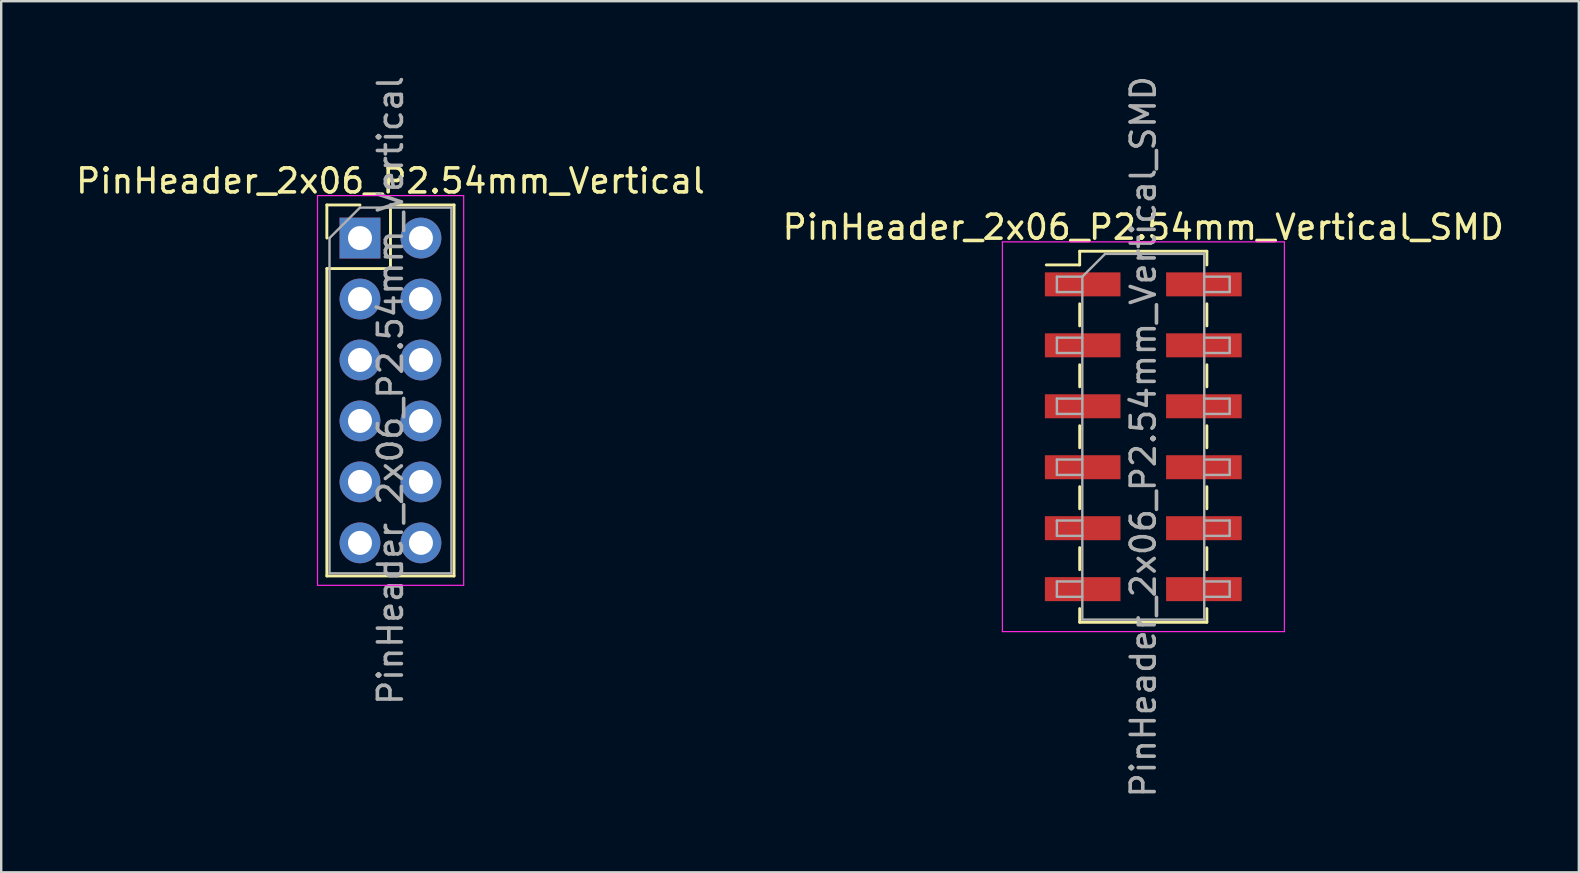
<source format=kicad_pcb>
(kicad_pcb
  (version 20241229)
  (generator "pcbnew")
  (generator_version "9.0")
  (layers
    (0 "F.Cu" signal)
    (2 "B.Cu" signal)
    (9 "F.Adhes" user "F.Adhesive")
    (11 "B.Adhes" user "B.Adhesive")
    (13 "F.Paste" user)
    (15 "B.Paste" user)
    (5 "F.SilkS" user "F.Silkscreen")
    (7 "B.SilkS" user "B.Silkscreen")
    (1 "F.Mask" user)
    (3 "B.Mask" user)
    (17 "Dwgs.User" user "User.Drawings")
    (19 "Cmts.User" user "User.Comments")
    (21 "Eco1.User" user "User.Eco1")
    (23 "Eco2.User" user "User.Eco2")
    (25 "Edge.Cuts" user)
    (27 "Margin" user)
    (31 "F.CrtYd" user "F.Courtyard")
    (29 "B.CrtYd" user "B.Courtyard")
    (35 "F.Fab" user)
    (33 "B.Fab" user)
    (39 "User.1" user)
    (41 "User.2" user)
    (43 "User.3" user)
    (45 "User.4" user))
  (footprint "PinHeader_2x06_P2.54mm_Vertical"
    (layer "F.Cu")
    (at 11.95 6.87)
    (property "Reference" "PinHeader_2x06_P2.54mm_Vertical" (at 1.27 -2.38 0) (layer "F.SilkS") (effects (font (size 1 1) (thickness 0.15))))
    (attr through_hole)
    (fp_line (start -1.38 -1.38) (end 0 -1.38) (stroke (width 0.12) (type solid)) (layer "F.SilkS"))
    (fp_line (start -1.38 0) (end -1.38 -1.38) (stroke (width 0.12) (type solid)) (layer "F.SilkS"))
    (fp_line (start -1.38 1.27) (end -1.38 14.08) (stroke (width 0.12) (type solid)) (layer "F.SilkS"))
    (fp_line (start -1.38 1.27) (end 1.27 1.27) (stroke (width 0.12) (type solid)) (layer "F.SilkS"))
    (fp_line (start -1.38 14.08) (end 3.92 14.08) (stroke (width 0.12) (type solid)) (layer "F.SilkS"))
    (fp_line (start 1.27 -1.38) (end 3.92 -1.38) (stroke (width 0.12) (type solid)) (layer "F.SilkS"))
    (fp_line (start 1.27 1.27) (end 1.27 -1.38) (stroke (width 0.12) (type solid)) (layer "F.SilkS"))
    (fp_line (start 3.92 -1.38) (end 3.92 14.08) (stroke (width 0.12) (type solid)) (layer "F.SilkS"))
    (fp_line (start -1.77 -1.77) (end -1.77 14.47) (stroke (width 0.05) (type solid)) (layer "F.CrtYd"))
    (fp_line (start -1.77 14.47) (end 4.32 14.47) (stroke (width 0.05) (type solid)) (layer "F.CrtYd"))
    (fp_line (start 4.32 -1.77) (end -1.77 -1.77) (stroke (width 0.05) (type solid)) (layer "F.CrtYd"))
    (fp_line (start 4.32 14.47) (end 4.32 -1.77) (stroke (width 0.05) (type solid)) (layer "F.CrtYd"))
    (fp_line (start -1.27 0) (end 0 -1.27) (stroke (width 0.1) (type solid)) (layer "F.Fab"))
    (fp_line (start -1.27 13.97) (end -1.27 0) (stroke (width 0.1) (type solid)) (layer "F.Fab"))
    (fp_line (start 0 -1.27) (end 3.81 -1.27) (stroke (width 0.1) (type solid)) (layer "F.Fab"))
    (fp_line (start 3.81 -1.27) (end 3.81 13.97) (stroke (width 0.1) (type solid)) (layer "F.Fab"))
    (fp_line (start 3.81 13.97) (end -1.27 13.97) (stroke (width 0.1) (type solid)) (layer "F.Fab"))
    (fp_text user "${REFERENCE}" (at 1.27 6.35 90) (layer "F.Fab") (effects (font (size 1 1) (thickness 0.15))))
    (pad "1" thru_hole rect (at 0 0) (size 1.7 1.7) (drill 1) (layers "*.Cu" "*.Mask"))
    (pad "2" thru_hole circle (at 2.54 0) (size 1.7 1.7) (drill 1) (layers "*.Cu" "*.Mask"))
    (pad "3" thru_hole circle (at 0 2.54) (size 1.7 1.7) (drill 1) (layers "*.Cu" "*.Mask"))
    (pad "4" thru_hole circle (at 2.54 2.54) (size 1.7 1.7) (drill 1) (layers "*.Cu" "*.Mask"))
    (pad "5" thru_hole circle (at 0 5.08) (size 1.7 1.7) (drill 1) (layers "*.Cu" "*.Mask"))
    (pad "6" thru_hole circle (at 2.54 5.08) (size 1.7 1.7) (drill 1) (layers "*.Cu" "*.Mask"))
    (pad "7" thru_hole circle (at 0 7.62) (size 1.7 1.7) (drill 1) (layers "*.Cu" "*.Mask"))
    (pad "8" thru_hole circle (at 2.54 7.62) (size 1.7 1.7) (drill 1) (layers "*.Cu" "*.Mask"))
    (pad "9" thru_hole circle (at 0 10.16) (size 1.7 1.7) (drill 1) (layers "*.Cu" "*.Mask"))
    (pad "10" thru_hole circle (at 2.54 10.16) (size 1.7 1.7) (drill 1) (layers "*.Cu" "*.Mask"))
    (pad "11" thru_hole circle (at 0 12.7) (size 1.7 1.7) (drill 1) (layers "*.Cu" "*.Mask"))
    (pad "12" thru_hole circle (at 2.54 12.7) (size 1.7 1.7) (drill 1) (layers "*.Cu" "*.Mask")))
  (footprint "PinHeader_2x06_P2.54mm_Vertical_SMD"
    (layer "F.Cu")
    (at 44.589 15.149)
    (property "Reference" "PinHeader_2x06_P2.54mm_Vertical_SMD" (at 0 -8.73 0) (layer "F.SilkS") (effects (font (size 1 1) (thickness 0.15))))
    (attr smd)
    (fp_line (start -4.04 -7.16) (end -2.65 -7.16) (stroke (width 0.12) (type solid)) (layer "F.SilkS"))
    (fp_line (start -2.65 -7.73) (end -2.65 -7.16) (stroke (width 0.12) (type solid)) (layer "F.SilkS"))
    (fp_line (start -2.65 -7.73) (end 2.65 -7.73) (stroke (width 0.12) (type solid)) (layer "F.SilkS"))
    (fp_line (start -2.65 -5.54) (end -2.65 -4.62) (stroke (width 0.12) (type solid)) (layer "F.SilkS"))
    (fp_line (start -2.65 -3) (end -2.65 -2.08) (stroke (width 0.12) (type solid)) (layer "F.SilkS"))
    (fp_line (start -2.65 -0.46) (end -2.65 0.46) (stroke (width 0.12) (type solid)) (layer "F.SilkS"))
    (fp_line (start -2.65 2.08) (end -2.65 3) (stroke (width 0.12) (type solid)) (layer "F.SilkS"))
    (fp_line (start -2.65 4.62) (end -2.65 5.54) (stroke (width 0.12) (type solid)) (layer "F.SilkS"))
    (fp_line (start -2.65 7.16) (end -2.65 7.73) (stroke (width 0.12) (type solid)) (layer "F.SilkS"))
    (fp_line (start -2.65 7.73) (end 2.65 7.73) (stroke (width 0.12) (type solid)) (layer "F.SilkS"))
    (fp_line (start 2.65 -7.73) (end 2.65 -7.16) (stroke (width 0.12) (type solid)) (layer "F.SilkS"))
    (fp_line (start 2.65 -5.54) (end 2.65 -4.62) (stroke (width 0.12) (type solid)) (layer "F.SilkS"))
    (fp_line (start 2.65 -3) (end 2.65 -2.08) (stroke (width 0.12) (type solid)) (layer "F.SilkS"))
    (fp_line (start 2.65 -0.46) (end 2.65 0.46) (stroke (width 0.12) (type solid)) (layer "F.SilkS"))
    (fp_line (start 2.65 2.08) (end 2.65 3) (stroke (width 0.12) (type solid)) (layer "F.SilkS"))
    (fp_line (start 2.65 4.62) (end 2.65 5.54) (stroke (width 0.12) (type solid)) (layer "F.SilkS"))
    (fp_line (start 2.65 7.16) (end 2.65 7.73) (stroke (width 0.12) (type solid)) (layer "F.SilkS"))
    (fp_line (start -5.87 -8.12) (end -5.87 8.12) (stroke (width 0.05) (type solid)) (layer "F.CrtYd"))
    (fp_line (start -5.87 8.12) (end 5.88 8.12) (stroke (width 0.05) (type solid)) (layer "F.CrtYd"))
    (fp_line (start 5.88 -8.12) (end -5.87 -8.12) (stroke (width 0.05) (type solid)) (layer "F.CrtYd"))
    (fp_line (start 5.88 8.12) (end 5.88 -8.12) (stroke (width 0.05) (type solid)) (layer "F.CrtYd"))
    (fp_line (start -3.6 -6.67) (end -3.6 -6.03) (stroke (width 0.1) (type solid)) (layer "F.Fab"))
    (fp_line (start -3.6 -6.03) (end -2.54 -6.03) (stroke (width 0.1) (type solid)) (layer "F.Fab"))
    (fp_line (start -3.6 -4.13) (end -3.6 -3.49) (stroke (width 0.1) (type solid)) (layer "F.Fab"))
    (fp_line (start -3.6 -3.49) (end -2.54 -3.49) (stroke (width 0.1) (type solid)) (layer "F.Fab"))
    (fp_line (start -3.6 -1.59) (end -3.6 -0.95) (stroke (width 0.1) (type solid)) (layer "F.Fab"))
    (fp_line (start -3.6 -0.95) (end -2.54 -0.95) (stroke (width 0.1) (type solid)) (layer "F.Fab"))
    (fp_line (start -3.6 0.95) (end -3.6 1.59) (stroke (width 0.1) (type solid)) (layer "F.Fab"))
    (fp_line (start -3.6 1.59) (end -2.54 1.59) (stroke (width 0.1) (type solid)) (layer "F.Fab"))
    (fp_line (start -3.6 3.49) (end -3.6 4.13) (stroke (width 0.1) (type solid)) (layer "F.Fab"))
    (fp_line (start -3.6 4.13) (end -2.54 4.13) (stroke (width 0.1) (type solid)) (layer "F.Fab"))
    (fp_line (start -3.6 6.03) (end -3.6 6.67) (stroke (width 0.1) (type solid)) (layer "F.Fab"))
    (fp_line (start -3.6 6.67) (end -2.54 6.67) (stroke (width 0.1) (type solid)) (layer "F.Fab"))
    (fp_line (start -2.54 -6.67) (end -3.6 -6.67) (stroke (width 0.1) (type solid)) (layer "F.Fab"))
    (fp_line (start -2.54 -6.67) (end -1.59 -7.62) (stroke (width 0.1) (type solid)) (layer "F.Fab"))
    (fp_line (start -2.54 -4.13) (end -3.6 -4.13) (stroke (width 0.1) (type solid)) (layer "F.Fab"))
    (fp_line (start -2.54 -1.59) (end -3.6 -1.59) (stroke (width 0.1) (type solid)) (layer "F.Fab"))
    (fp_line (start -2.54 0.95) (end -3.6 0.95) (stroke (width 0.1) (type solid)) (layer "F.Fab"))
    (fp_line (start -2.54 3.49) (end -3.6 3.49) (stroke (width 0.1) (type solid)) (layer "F.Fab"))
    (fp_line (start -2.54 6.03) (end -3.6 6.03) (stroke (width 0.1) (type solid)) (layer "F.Fab"))
    (fp_line (start -2.54 7.62) (end -2.54 -6.67) (stroke (width 0.1) (type solid)) (layer "F.Fab"))
    (fp_line (start -1.59 -7.62) (end 2.54 -7.62) (stroke (width 0.1) (type solid)) (layer "F.Fab"))
    (fp_line (start 2.54 -7.62) (end 2.54 7.62) (stroke (width 0.1) (type solid)) (layer "F.Fab"))
    (fp_line (start 2.54 -6.67) (end 3.6 -6.67) (stroke (width 0.1) (type solid)) (layer "F.Fab"))
    (fp_line (start 2.54 -4.13) (end 3.6 -4.13) (stroke (width 0.1) (type solid)) (layer "F.Fab"))
    (fp_line (start 2.54 -1.59) (end 3.6 -1.59) (stroke (width 0.1) (type solid)) (layer "F.Fab"))
    (fp_line (start 2.54 0.95) (end 3.6 0.95) (stroke (width 0.1) (type solid)) (layer "F.Fab"))
    (fp_line (start 2.54 3.49) (end 3.6 3.49) (stroke (width 0.1) (type solid)) (layer "F.Fab"))
    (fp_line (start 2.54 6.03) (end 3.6 6.03) (stroke (width 0.1) (type solid)) (layer "F.Fab"))
    (fp_line (start 2.54 7.62) (end -2.54 7.62) (stroke (width 0.1) (type solid)) (layer "F.Fab"))
    (fp_line (start 3.6 -6.67) (end 3.6 -6.03) (stroke (width 0.1) (type solid)) (layer "F.Fab"))
    (fp_line (start 3.6 -6.03) (end 2.54 -6.03) (stroke (width 0.1) (type solid)) (layer "F.Fab"))
    (fp_line (start 3.6 -4.13) (end 3.6 -3.49) (stroke (width 0.1) (type solid)) (layer "F.Fab"))
    (fp_line (start 3.6 -3.49) (end 2.54 -3.49) (stroke (width 0.1) (type solid)) (layer "F.Fab"))
    (fp_line (start 3.6 -1.59) (end 3.6 -0.95) (stroke (width 0.1) (type solid)) (layer "F.Fab"))
    (fp_line (start 3.6 -0.95) (end 2.54 -0.95) (stroke (width 0.1) (type solid)) (layer "F.Fab"))
    (fp_line (start 3.6 0.95) (end 3.6 1.59) (stroke (width 0.1) (type solid)) (layer "F.Fab"))
    (fp_line (start 3.6 1.59) (end 2.54 1.59) (stroke (width 0.1) (type solid)) (layer "F.Fab"))
    (fp_line (start 3.6 3.49) (end 3.6 4.13) (stroke (width 0.1) (type solid)) (layer "F.Fab"))
    (fp_line (start 3.6 4.13) (end 2.54 4.13) (stroke (width 0.1) (type solid)) (layer "F.Fab"))
    (fp_line (start 3.6 6.03) (end 3.6 6.67) (stroke (width 0.1) (type solid)) (layer "F.Fab"))
    (fp_line (start 3.6 6.67) (end 2.54 6.67) (stroke (width 0.1) (type solid)) (layer "F.Fab"))
    (fp_text user "${REFERENCE}" (at 0 0 90) (layer "F.Fab") (effects (font (size 1 1) (thickness 0.15))))
    (pad "1" smd rect (at -2.525 -6.35) (size 3.15 1) (layers "F.Cu" "F.Mask" "F.Paste"))
    (pad "2" smd rect (at 2.525 -6.35) (size 3.15 1) (layers "F.Cu" "F.Mask" "F.Paste"))
    (pad "3" smd rect (at -2.525 -3.81) (size 3.15 1) (layers "F.Cu" "F.Mask" "F.Paste"))
    (pad "4" smd rect (at 2.525 -3.81) (size 3.15 1) (layers "F.Cu" "F.Mask" "F.Paste"))
    (pad "5" smd rect (at -2.525 -1.27) (size 3.15 1) (layers "F.Cu" "F.Mask" "F.Paste"))
    (pad "6" smd rect (at 2.525 -1.27) (size 3.15 1) (layers "F.Cu" "F.Mask" "F.Paste"))
    (pad "7" smd rect (at -2.525 1.27) (size 3.15 1) (layers "F.Cu" "F.Mask" "F.Paste"))
    (pad "8" smd rect (at 2.525 1.27) (size 3.15 1) (layers "F.Cu" "F.Mask" "F.Paste"))
    (pad "9" smd rect (at -2.525 3.81) (size 3.15 1) (layers "F.Cu" "F.Mask" "F.Paste"))
    (pad "10" smd rect (at 2.525 3.81) (size 3.15 1) (layers "F.Cu" "F.Mask" "F.Paste"))
    (pad "11" smd rect (at -2.525 6.35) (size 3.15 1) (layers "F.Cu" "F.Mask" "F.Paste"))
    (pad "12" smd rect (at 2.525 6.35) (size 3.15 1) (layers "F.Cu" "F.Mask" "F.Paste")))
  (gr_rect
    (start -3 -3)
    (end 62.738 33.298)
    (stroke (width 0.1) (type default))
    (fill no)
    (layer "Edge.Cuts")))
</source>
